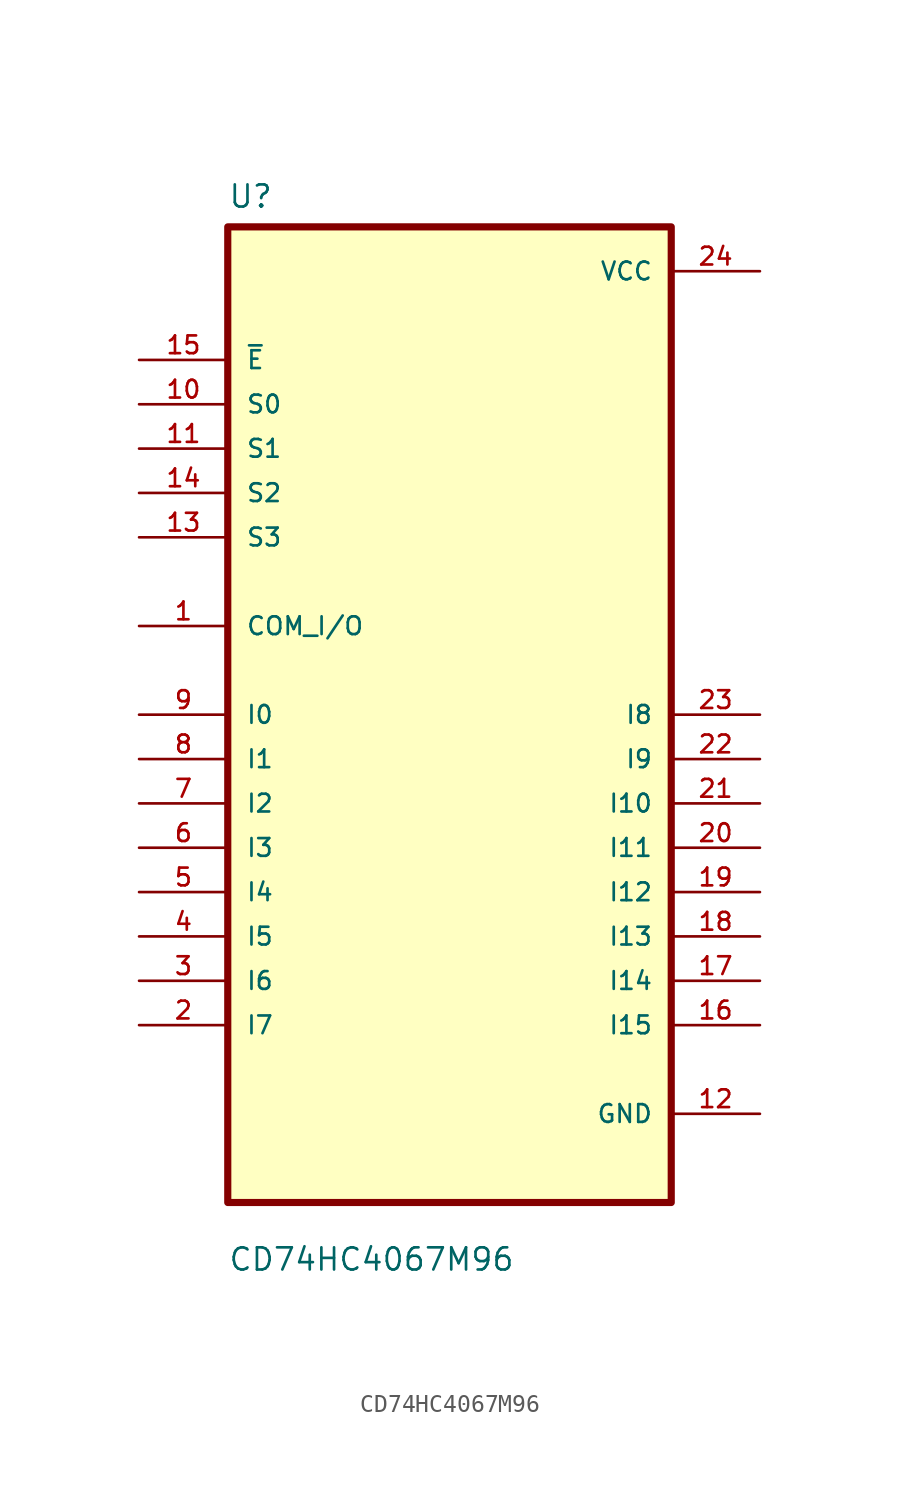
<source format=kicad_sym>
(kicad_symbol_lib
  (version 20241209)
  (generator "kicad_symbol_editor")
  (generator_version "9.0")
  (symbol "CD74HC4067M96"
    (pin_names
      (offset 1.016))
    (property "Reference" "U"
      (at -12.7 28.94 0)
      (effects (font (size 1.27 1.27)) (justify left bottom)))
    (property "Value" "CD74HC4067M96"
      (at -12.7 -31.94 0)
      (effects (font (size 1.27 1.27)) (justify left bottom)))
    (symbol "CD74HC4067M96_0_0"
      (rectangle (start -12.7 -27.94) (end 12.7 27.94) (stroke (width 0.41) (type default)) (fill (type background)))
      (pin input line (at -17.78 20.32 0) (length 5.08) (name "~{E}" (effects (font (size 1.016 1.016)))) (number "15" (effects (font (size 1.016 1.016)))))
      (pin input line (at -17.78 17.78 0) (length 5.08) (name "S0" (effects (font (size 1.016 1.016)))) (number "10" (effects (font (size 1.016 1.016)))))
      (pin input line (at -17.78 15.24 0) (length 5.08) (name "S1" (effects (font (size 1.016 1.016)))) (number "11" (effects (font (size 1.016 1.016)))))
      (pin input line (at -17.78 12.7 0) (length 5.08) (name "S2" (effects (font (size 1.016 1.016)))) (number "14" (effects (font (size 1.016 1.016)))))
      (pin input line (at -17.78 10.16 0) (length 5.08) (name "S3" (effects (font (size 1.016 1.016)))) (number "13" (effects (font (size 1.016 1.016)))))
      (pin bidirectional line (at -17.78 5.08 0) (length 5.08) (name "COM_I/O" (effects (font (size 1.016 1.016)))) (number "1" (effects (font (size 1.016 1.016)))))
      (pin bidirectional line (at -17.78 0 0) (length 5.08) (name "I0" (effects (font (size 1.016 1.016)))) (number "9" (effects (font (size 1.016 1.016)))))
      (pin bidirectional line (at -17.78 -2.54 0) (length 5.08) (name "I1" (effects (font (size 1.016 1.016)))) (number "8" (effects (font (size 1.016 1.016)))))
      (pin bidirectional line (at -17.78 -5.08 0) (length 5.08) (name "I2" (effects (font (size 1.016 1.016)))) (number "7" (effects (font (size 1.016 1.016)))))
      (pin bidirectional line (at -17.78 -7.62 0) (length 5.08) (name "I3" (effects (font (size 1.016 1.016)))) (number "6" (effects (font (size 1.016 1.016)))))
      (pin bidirectional line (at -17.78 -10.16 0) (length 5.08) (name "I4" (effects (font (size 1.016 1.016)))) (number "5" (effects (font (size 1.016 1.016)))))
      (pin bidirectional line (at -17.78 -12.7 0) (length 5.08) (name "I5" (effects (font (size 1.016 1.016)))) (number "4" (effects (font (size 1.016 1.016)))))
      (pin bidirectional line (at -17.78 -15.24 0) (length 5.08) (name "I6" (effects (font (size 1.016 1.016)))) (number "3" (effects (font (size 1.016 1.016)))))
      (pin bidirectional line (at -17.78 -17.78 0) (length 5.08) (name "I7" (effects (font (size 1.016 1.016)))) (number "2" (effects (font (size 1.016 1.016)))))
      (pin power_in line (at 17.78 25.4 180) (length 5.08) (name "VCC" (effects (font (size 1.016 1.016)))) (number "24" (effects (font (size 1.016 1.016)))))
      (pin bidirectional line (at 17.78 0 180) (length 5.08) (name "I8" (effects (font (size 1.016 1.016)))) (number "23" (effects (font (size 1.016 1.016)))))
      (pin bidirectional line (at 17.78 -2.54 180) (length 5.08) (name "I9" (effects (font (size 1.016 1.016)))) (number "22" (effects (font (size 1.016 1.016)))))
      (pin bidirectional line (at 17.78 -5.08 180) (length 5.08) (name "I10" (effects (font (size 1.016 1.016)))) (number "21" (effects (font (size 1.016 1.016)))))
      (pin bidirectional line (at 17.78 -7.62 180) (length 5.08) (name "I11" (effects (font (size 1.016 1.016)))) (number "20" (effects (font (size 1.016 1.016)))))
      (pin bidirectional line (at 17.78 -10.16 180) (length 5.08) (name "I12" (effects (font (size 1.016 1.016)))) (number "19" (effects (font (size 1.016 1.016)))))
      (pin bidirectional line (at 17.78 -12.7 180) (length 5.08) (name "I13" (effects (font (size 1.016 1.016)))) (number "18" (effects (font (size 1.016 1.016)))))
      (pin bidirectional line (at 17.78 -15.24 180) (length 5.08) (name "I14" (effects (font (size 1.016 1.016)))) (number "17" (effects (font (size 1.016 1.016)))))
      (pin bidirectional line (at 17.78 -17.78 180) (length 5.08) (name "I15" (effects (font (size 1.016 1.016)))) (number "16" (effects (font (size 1.016 1.016)))))
      (pin power_in line (at 17.78 -22.86 180) (length 5.08) (name "GND" (effects (font (size 1.016 1.016)))) (number "12" (effects (font (size 1.016 1.016))))))))
</source>
